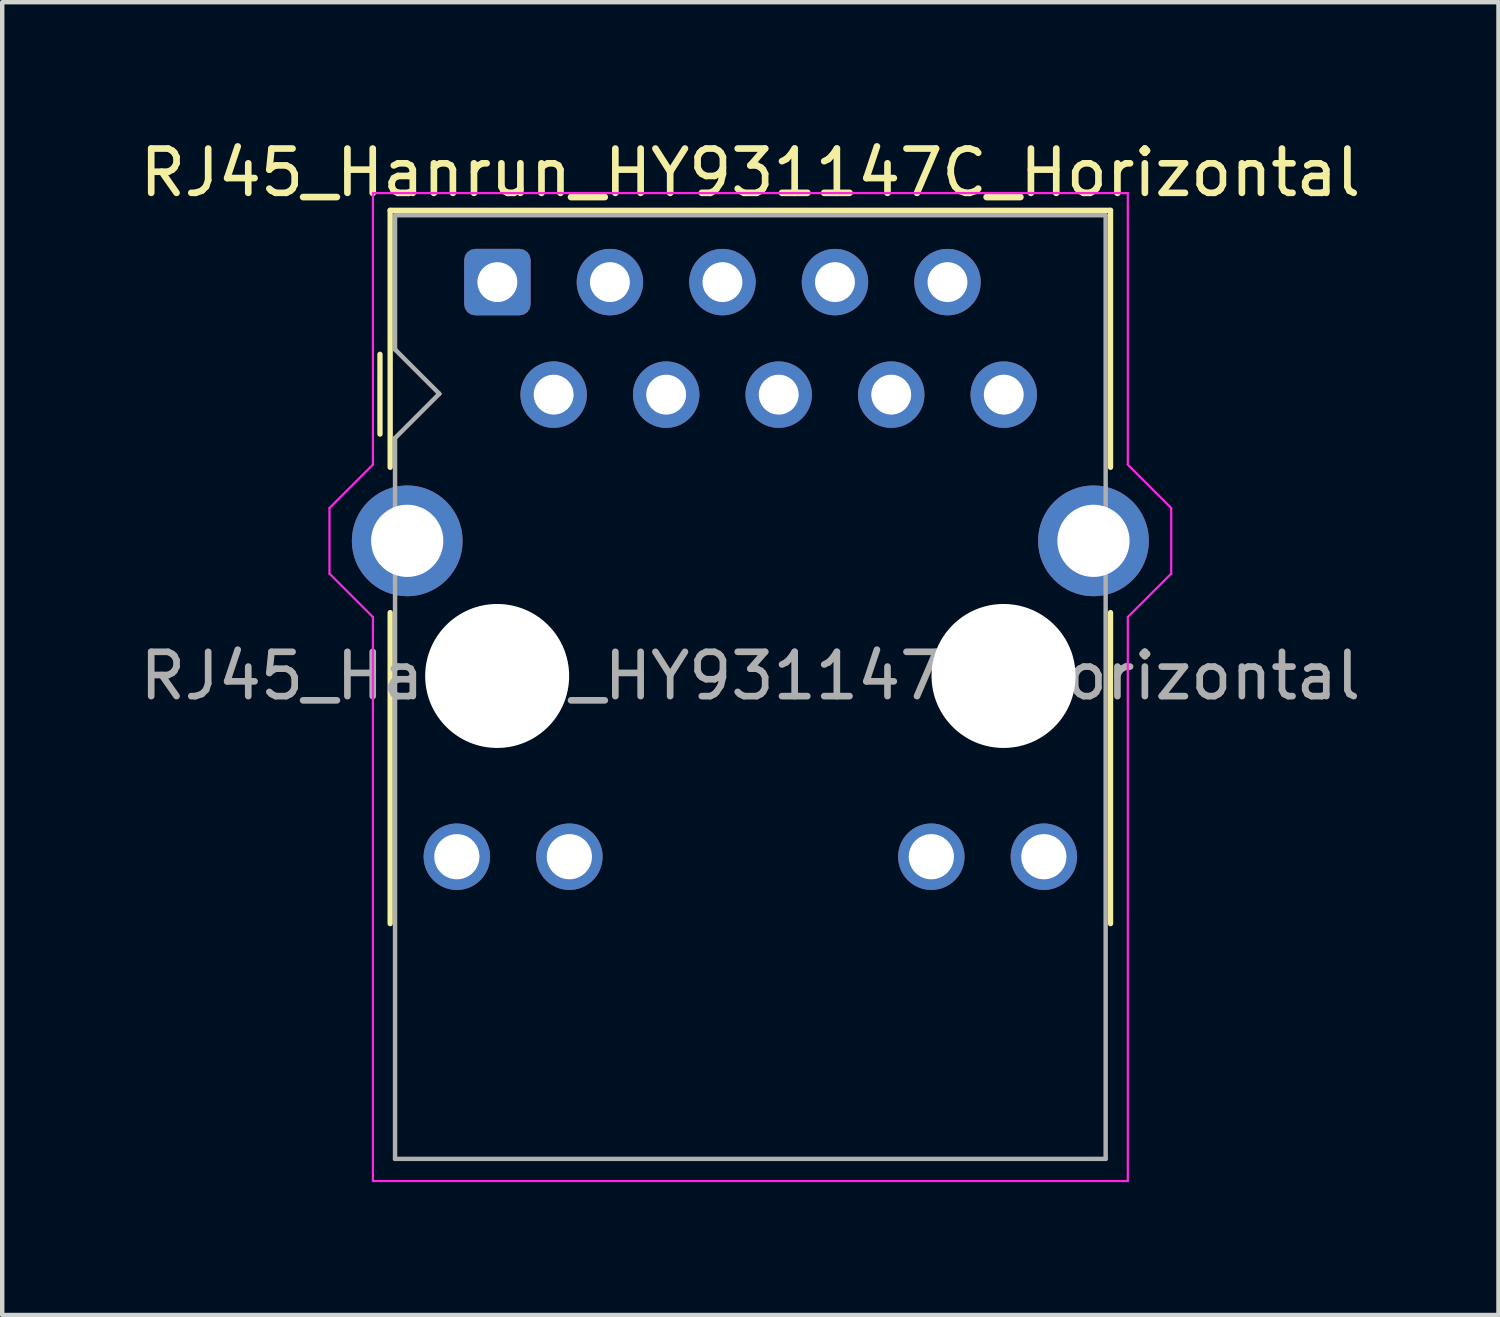
<source format=kicad_pcb>
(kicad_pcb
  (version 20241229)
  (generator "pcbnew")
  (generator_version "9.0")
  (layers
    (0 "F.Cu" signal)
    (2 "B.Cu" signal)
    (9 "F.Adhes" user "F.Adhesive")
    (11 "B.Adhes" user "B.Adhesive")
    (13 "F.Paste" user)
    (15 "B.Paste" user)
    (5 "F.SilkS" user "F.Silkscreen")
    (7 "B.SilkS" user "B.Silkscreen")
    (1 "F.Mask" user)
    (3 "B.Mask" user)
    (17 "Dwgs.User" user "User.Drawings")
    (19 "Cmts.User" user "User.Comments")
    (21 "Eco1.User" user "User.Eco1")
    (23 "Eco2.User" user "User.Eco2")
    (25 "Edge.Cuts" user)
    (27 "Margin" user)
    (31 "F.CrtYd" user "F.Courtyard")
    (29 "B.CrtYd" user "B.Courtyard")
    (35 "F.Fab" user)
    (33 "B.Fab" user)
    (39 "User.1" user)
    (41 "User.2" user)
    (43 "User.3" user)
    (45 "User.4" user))
  (footprint "RJ45_Hanrun_HY931147C_Horizontal"
    (layer "F.Cu")
    (at 13.892 12.208)
    (property "Reference" "RJ45_Hanrun_HY931147C_Horizontal" (at -0.005 -11.36 0) (layer "F.SilkS") (effects (font (size 1 1) (thickness 0.15))))
    (attr through_hole)
    (fp_line (start -8.365 -7.26) (end -8.365 -5.46) (stroke (width 0.12) (type default)) (layer "F.SilkS"))
    (fp_line (start -8.135 -10.51) (end -8.135 -4.71) (stroke (width 0.12) (type solid)) (layer "F.SilkS"))
    (fp_line (start -8.135 -10.51) (end 8.125 -10.51) (stroke (width 0.12) (type solid)) (layer "F.SilkS"))
    (fp_line (start -8.135 -1.43) (end -8.135 5.59) (stroke (width 0.12) (type solid)) (layer "F.SilkS"))
    (fp_line (start 8.125 -10.51) (end 8.125 -4.71) (stroke (width 0.12) (type solid)) (layer "F.SilkS"))
    (fp_line (start 8.125 -1.43) (end 8.125 5.59) (stroke (width 0.12) (type solid)) (layer "F.SilkS"))
    (fp_line (start -9.505 -3.79) (end -9.505 -2.31) (stroke (width 0.05) (type solid)) (layer "F.CrtYd"))
    (fp_line (start -9.505 -3.79) (end -8.525 -4.77) (stroke (width 0.05) (type solid)) (layer "F.CrtYd"))
    (fp_line (start -9.505 -2.31) (end -8.525 -1.33) (stroke (width 0.05) (type solid)) (layer "F.CrtYd"))
    (fp_line (start -8.525 -10.9) (end -8.525 -4.77) (stroke (width 0.05) (type solid)) (layer "F.CrtYd"))
    (fp_line (start -8.525 -10.9) (end 8.515 -10.9) (stroke (width 0.05) (type solid)) (layer "F.CrtYd"))
    (fp_line (start -8.525 -1.33) (end -8.525 11.4) (stroke (width 0.05) (type solid)) (layer "F.CrtYd"))
    (fp_line (start -8.525 11.4) (end 8.515 11.4) (stroke (width 0.05) (type solid)) (layer "F.CrtYd"))
    (fp_line (start 8.515 -10.9) (end 8.515 -4.77) (stroke (width 0.05) (type solid)) (layer "F.CrtYd"))
    (fp_line (start 8.515 -1.33) (end 8.515 11.4) (stroke (width 0.05) (type solid)) (layer "F.CrtYd"))
    (fp_line (start 9.495 -3.79) (end 8.515 -4.77) (stroke (width 0.05) (type solid)) (layer "F.CrtYd"))
    (fp_line (start 9.495 -2.31) (end 8.515 -1.33) (stroke (width 0.05) (type solid)) (layer "F.CrtYd"))
    (fp_line (start 9.495 -2.31) (end 9.495 -3.79) (stroke (width 0.05) (type solid)) (layer "F.CrtYd"))
    (fp_line (start -8.025 -10.4) (end -8.025 -7.37) (stroke (width 0.1) (type solid)) (layer "F.Fab"))
    (fp_line (start -8.025 -10.4) (end 8.015 -10.4) (stroke (width 0.1) (type solid)) (layer "F.Fab"))
    (fp_line (start -8.025 -5.37) (end -8.025 10.9) (stroke (width 0.1) (type solid)) (layer "F.Fab"))
    (fp_line (start -8.025 10.9) (end 8.015 10.9) (stroke (width 0.1) (type solid)) (layer "F.Fab"))
    (fp_line (start -7.025 -6.37) (end -8.025 -7.37) (stroke (width 0.1) (type solid)) (layer "F.Fab"))
    (fp_line (start -7.025 -6.37) (end -8.025 -5.37) (stroke (width 0.1) (type solid)) (layer "F.Fab"))
    (fp_line (start 8.015 -10.4) (end 8.015 10.9) (stroke (width 0.1) (type solid)) (layer "F.Fab"))
    (fp_text user "${REFERENCE}" (at -0.005 0 0) (layer "F.Fab") (effects (font (size 1 1) (thickness 0.15))))
    (pad "" np_thru_hole circle (at -5.72 0) (size 3.25 3.25) (drill 3.25) (layers "*.Cu" "*.Mask"))
    (pad "" np_thru_hole circle (at 5.71 0) (size 3.25 3.25) (drill 3.25) (layers "*.Cu" "*.Mask"))
    (pad "1" thru_hole roundrect (at -5.715 -8.89) (size 1.5 1.5) (drill 0.9) (layers "*.Cu" "*.Mask") (roundrect_rratio 0.167))
    (pad "2" thru_hole circle (at -4.445 -6.35) (size 1.5 1.5) (drill 0.9) (layers "*.Cu" "*.Mask"))
    (pad "3" thru_hole circle (at -3.175 -8.89) (size 1.5 1.5) (drill 0.9) (layers "*.Cu" "*.Mask"))
    (pad "4" thru_hole circle (at -1.905 -6.35) (size 1.5 1.5) (drill 0.9) (layers "*.Cu" "*.Mask"))
    (pad "5" thru_hole circle (at -0.635 -8.89) (size 1.5 1.5) (drill 0.9) (layers "*.Cu" "*.Mask"))
    (pad "6" thru_hole circle (at 0.635 -6.35) (size 1.5 1.5) (drill 0.9) (layers "*.Cu" "*.Mask"))
    (pad "7" thru_hole circle (at 1.905 -8.89) (size 1.5 1.5) (drill 0.9) (layers "*.Cu" "*.Mask"))
    (pad "8" thru_hole circle (at 3.175 -6.35) (size 1.5 1.5) (drill 0.9) (layers "*.Cu" "*.Mask"))
    (pad "9" thru_hole circle (at 4.445 -8.89) (size 1.5 1.5) (drill 0.9) (layers "*.Cu" "*.Mask"))
    (pad "10" thru_hole circle (at 5.715 -6.35) (size 1.5 1.5) (drill 0.9) (layers "*.Cu" "*.Mask"))
    (pad "11" thru_hole circle (at -6.63 4.08) (size 1.5 1.5) (drill 1.02) (layers "*.Cu" "*.Mask"))
    (pad "12" thru_hole circle (at -4.09 4.08) (size 1.5 1.5) (drill 1.02) (layers "*.Cu" "*.Mask"))
    (pad "13" thru_hole circle (at 4.08 4.08) (size 1.5 1.5) (drill 1.02) (layers "*.Cu" "*.Mask"))
    (pad "14" thru_hole circle (at 6.62 4.08) (size 1.5 1.5) (drill 1.02) (layers "*.Cu" "*.Mask"))
    (pad "SH" thru_hole circle (at -7.75 -3.05) (size 2.5 2.5) (drill 1.63) (layers "*.Cu" "*.Mask"))
    (pad "SH" thru_hole circle (at 7.74 -3.05) (size 2.5 2.5) (drill 1.63) (layers "*.Cu" "*.Mask")))
  (gr_rect
    (start -3 -3)
    (end 30.774 26.633)
    (stroke (width 0.1) (type default))
    (fill no)
    (layer "Edge.Cuts")))
</source>
